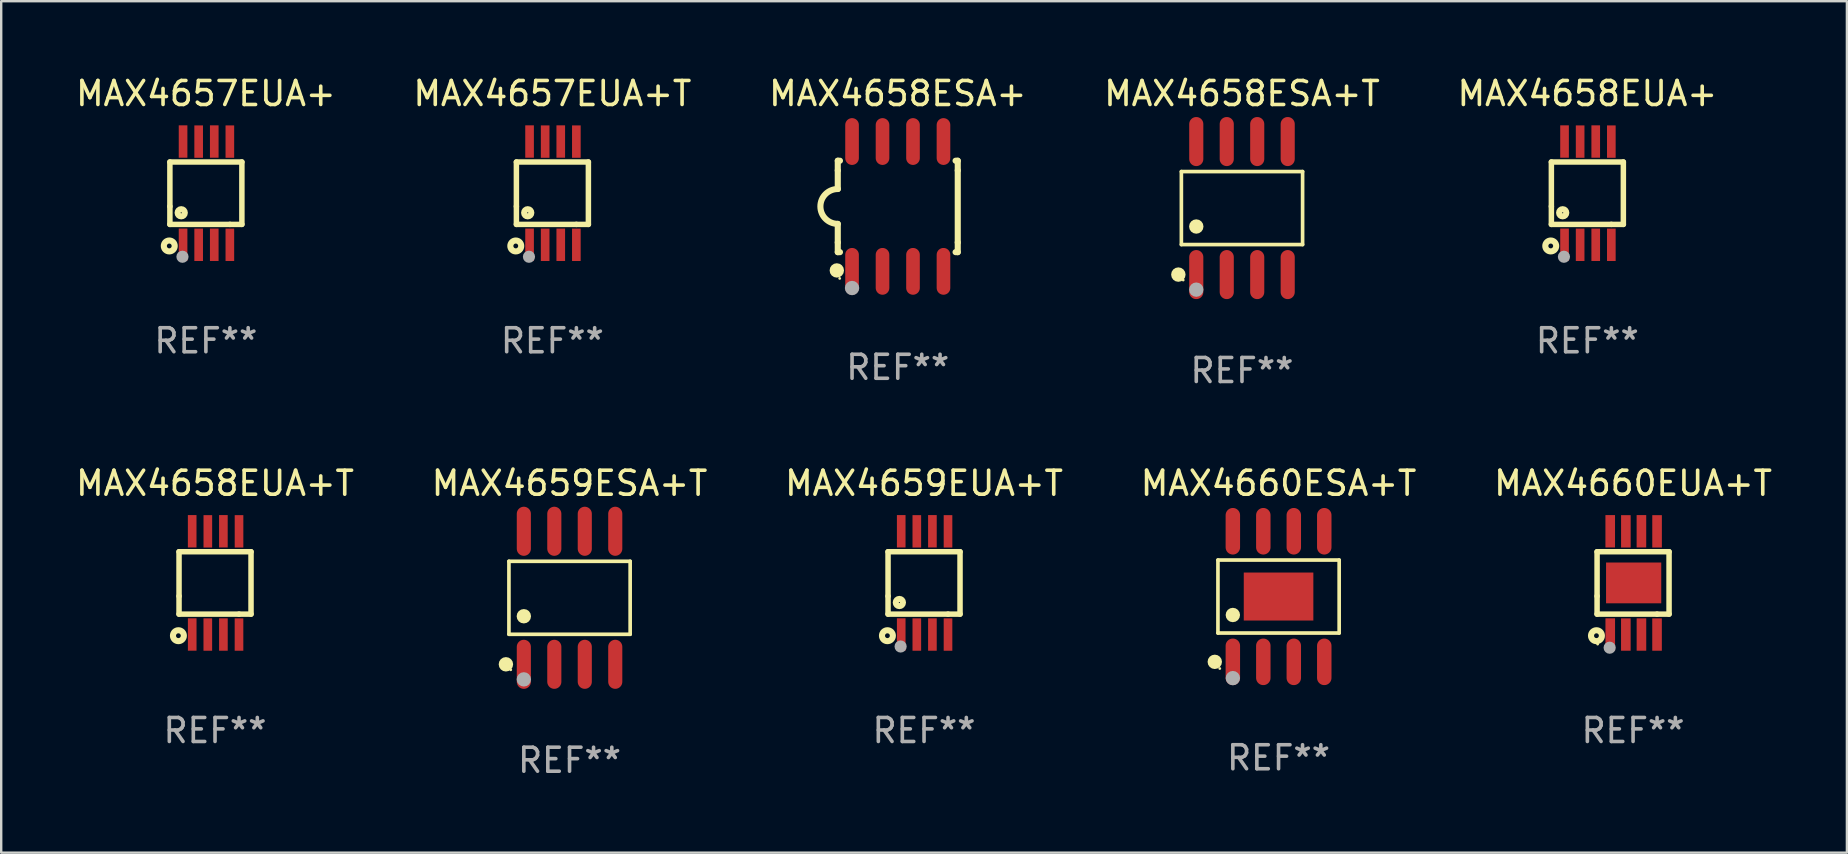
<source format=kicad_pcb>
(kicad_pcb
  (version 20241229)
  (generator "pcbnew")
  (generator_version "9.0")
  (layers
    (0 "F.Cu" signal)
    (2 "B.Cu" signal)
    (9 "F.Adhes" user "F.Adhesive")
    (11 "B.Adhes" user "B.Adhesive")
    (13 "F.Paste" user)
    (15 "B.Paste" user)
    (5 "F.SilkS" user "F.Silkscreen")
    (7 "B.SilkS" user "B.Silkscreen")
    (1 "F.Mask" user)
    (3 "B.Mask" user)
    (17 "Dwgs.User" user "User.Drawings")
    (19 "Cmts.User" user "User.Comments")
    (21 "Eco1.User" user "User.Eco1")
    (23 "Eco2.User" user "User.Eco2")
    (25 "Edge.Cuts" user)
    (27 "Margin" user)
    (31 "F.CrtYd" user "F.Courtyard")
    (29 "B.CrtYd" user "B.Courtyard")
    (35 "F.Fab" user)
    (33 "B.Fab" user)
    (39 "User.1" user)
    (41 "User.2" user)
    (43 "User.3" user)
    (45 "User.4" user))
  (footprint "MAX4658ESA+T"
    (layer "F.Cu")
    (at 48.708 5.621)
    (property "Reference" "MAX4658ESA+T" (at 0 -4.772 0) (layer "F.SilkS") (effects (font (size 1 1) (thickness 0.15))))
    (attr through_hole)
    (fp_line (start -2.526 -1.521) (end 2.526 -1.521) (stroke (width 0.152) (type solid)) (layer "F.SilkS"))
    (fp_line (start -2.526 1.521) (end -2.526 -1.521) (stroke (width 0.152) (type solid)) (layer "F.SilkS"))
    (fp_line (start 2.526 -1.521) (end 2.526 1.521) (stroke (width 0.152) (type solid)) (layer "F.SilkS"))
    (fp_line (start 2.526 1.521) (end -2.526 1.521) (stroke (width 0.152) (type solid)) (layer "F.SilkS"))
    (fp_circle (center -2.652 2.772) (end -2.501 2.772) (stroke (width 0.3) (type solid)) (fill no) (layer "F.SilkS"))
    (fp_circle (center -2.45 3) (end -2.42 3) (stroke (width 0.06) (type solid)) (fill no) (layer "F.SilkS"))
    (fp_circle (center -1.905 0.769) (end -1.755 0.769) (stroke (width 0.3) (type solid)) (fill no) (layer "F.SilkS"))
    (fp_circle (center -1.905 3.4) (end -1.755 3.4) (stroke (width 0.3) (type solid)) (fill no) (layer "F.Fab"))
    (fp_text user "REF**" (at 0 6.772 0) (layer "F.Fab") (effects (font (size 1 1) (thickness 0.15))))
    (pad "1" smd oval (at -1.905 2.772) (size 0.588 2.045) (layers "F.Cu" "F.Mask" "F.Paste"))
    (pad "2" smd oval (at -0.635 2.772) (size 0.588 2.045) (layers "F.Cu" "F.Mask" "F.Paste"))
    (pad "3" smd oval (at 0.635 2.772) (size 0.588 2.045) (layers "F.Cu" "F.Mask" "F.Paste"))
    (pad "4" smd oval (at 1.905 2.772) (size 0.588 2.045) (layers "F.Cu" "F.Mask" "F.Paste"))
    (pad "5" smd oval (at 1.905 -2.772) (size 0.588 2.045) (layers "F.Cu" "F.Mask" "F.Paste"))
    (pad "6" smd oval (at 0.635 -2.772) (size 0.588 2.045) (layers "F.Cu" "F.Mask" "F.Paste"))
    (pad "7" smd oval (at -0.635 -2.772) (size 0.588 2.045) (layers "F.Cu" "F.Mask" "F.Paste"))
    (pad "8" smd oval (at -1.905 -2.772) (size 0.588 2.045) (layers "F.Cu" "F.Mask" "F.Paste")))
  (footprint "MAX4657EUA+"
    (layer "F.Cu")
    (at 5.53 5)
    (property "Reference" "MAX4657EUA+" (at 0 -4.152 0) (layer "F.SilkS") (effects (font (size 1 1) (thickness 0.15))))
    (attr through_hole)
    (fp_line (start -1.5 1.301) (end 1 1.301) (stroke (width 0.229) (type solid)) (layer "F.SilkS"))
    (fp_line (start -1.5 -1.299) (end -1.5 0.551) (stroke (width 0.229) (type solid)) (layer "F.SilkS"))
    (fp_line (start -1.5 0.551) (end -1.5 1.301) (stroke (width 0.229) (type solid)) (layer "F.SilkS"))
    (fp_line (start 1 1.301) (end 1.5 1.301) (stroke (width 0.229) (type solid)) (layer "F.SilkS"))
    (fp_line (start 1.5 1.301) (end 1.5 -1.299) (stroke (width 0.229) (type solid)) (layer "F.SilkS"))
    (fp_line (start 1.5 -1.299) (end -1.5 -1.299) (stroke (width 0.229) (type solid)) (layer "F.SilkS"))
    (fp_circle (center -1.526 2.2) (end -1.426 2.2) (stroke (width 0.254) (type solid)) (fill no) (layer "F.SilkS"))
    (fp_circle (center -1.476 2.45) (end -1.446 2.45) (stroke (width 0.06) (type solid)) (fill no) (layer "F.SilkS"))
    (fp_circle (center -1.028 0.817) (end -0.878 0.817) (stroke (width 0.254) (type solid)) (fill no) (layer "F.SilkS"))
    (fp_circle (center -0.976 2.65) (end -0.849 2.65) (stroke (width 0.254) (type solid)) (fill no) (layer "F.Fab"))
    (fp_text user "REF**" (at 0 6.152 0) (layer "F.Fab") (effects (font (size 1 1) (thickness 0.15))))
    (pad "1" smd rect (at -0.951 2.15) (size 0.36 1.35) (layers "F.Cu" "F.Mask" "F.Paste"))
    (pad "2" smd rect (at -0.301 2.152) (size 0.36 1.35) (layers "F.Cu" "F.Mask" "F.Paste"))
    (pad "3" smd rect (at 0.349 2.151) (size 0.36 1.35) (layers "F.Cu" "F.Mask" "F.Paste"))
    (pad "4" smd rect (at 0.999 2.152) (size 0.36 1.35) (layers "F.Cu" "F.Mask" "F.Paste"))
    (pad "5" smd rect (at 0.999 -2.149) (size 0.36 1.35) (layers "F.Cu" "F.Mask" "F.Paste"))
    (pad "6" smd rect (at 0.349 -2.152) (size 0.36 1.35) (layers "F.Cu" "F.Mask" "F.Paste"))
    (pad "7" smd rect (at -0.301 -2.149) (size 0.36 1.35) (layers "F.Cu" "F.Mask" "F.Paste"))
    (pad "8" smd rect (at -0.951 -2.152) (size 0.36 1.35) (layers "F.Cu" "F.Mask" "F.Paste")))
  (footprint "MAX4660ESA+T"
    (layer "F.Cu")
    (at 50.232 21.81)
    (property "Reference" "MAX4660ESA+T" (at 0 -4.721 0) (layer "F.SilkS") (effects (font (size 1 1) (thickness 0.15))))
    (attr through_hole)
    (fp_line (start -2.526 -1.521) (end 2.526 -1.521) (stroke (width 0.152) (type solid)) (layer "F.SilkS"))
    (fp_line (start -2.526 1.521) (end -2.526 -1.521) (stroke (width 0.152) (type solid)) (layer "F.SilkS"))
    (fp_line (start 2.526 -1.521) (end 2.526 1.521) (stroke (width 0.152) (type solid)) (layer "F.SilkS"))
    (fp_line (start 2.526 1.521) (end -2.526 1.521) (stroke (width 0.152) (type solid)) (layer "F.SilkS"))
    (fp_circle (center -2.658 2.721) (end -2.508 2.721) (stroke (width 0.3) (type solid)) (fill no) (layer "F.SilkS"))
    (fp_circle (center -2.45 3) (end -2.42 3) (stroke (width 0.06) (type solid)) (fill no) (layer "F.SilkS"))
    (fp_circle (center -1.905 0.769) (end -1.755 0.769) (stroke (width 0.3) (type solid)) (fill no) (layer "F.SilkS"))
    (fp_circle (center -1.905 3.4) (end -1.755 3.4) (stroke (width 0.3) (type solid)) (fill no) (layer "F.Fab"))
    (fp_text user "REF**" (at 0 6.721 0) (layer "F.Fab") (effects (font (size 1 1) (thickness 0.15))))
    (pad "1" smd oval (at -1.905 2.721) (size 0.602 1.941) (layers "F.Cu" "F.Mask" "F.Paste"))
    (pad "2" smd oval (at -0.635 2.721) (size 0.602 1.941) (layers "F.Cu" "F.Mask" "F.Paste"))
    (pad "3" smd oval (at 0.635 2.721) (size 0.602 1.941) (layers "F.Cu" "F.Mask" "F.Paste"))
    (pad "4" smd oval (at 1.905 2.721) (size 0.602 1.941) (layers "F.Cu" "F.Mask" "F.Paste"))
    (pad "5" smd oval (at 1.905 -2.721) (size 0.602 1.941) (layers "F.Cu" "F.Mask" "F.Paste"))
    (pad "6" smd oval (at 0.635 -2.721) (size 0.602 1.941) (layers "F.Cu" "F.Mask" "F.Paste"))
    (pad "7" smd oval (at -0.635 -2.721) (size 0.602 1.941) (layers "F.Cu" "F.Mask" "F.Paste"))
    (pad "8" smd oval (at -1.905 -2.721) (size 0.602 1.941) (layers "F.Cu" "F.Mask" "F.Paste"))
    (pad "9" smd rect (at 0 0) (size 2.9 2) (layers "F.Cu" "F.Mask" "F.Paste")))
  (footprint "MAX4657EUA+T"
    (layer "F.Cu")
    (at 19.97 5)
    (property "Reference" "MAX4657EUA+T" (at 0 -4.152 0) (layer "F.SilkS") (effects (font (size 1 1) (thickness 0.15))))
    (attr through_hole)
    (fp_line (start -1.5 1.301) (end 1 1.301) (stroke (width 0.229) (type solid)) (layer "F.SilkS"))
    (fp_line (start -1.5 -1.299) (end -1.5 0.551) (stroke (width 0.229) (type solid)) (layer "F.SilkS"))
    (fp_line (start -1.5 0.551) (end -1.5 1.301) (stroke (width 0.229) (type solid)) (layer "F.SilkS"))
    (fp_line (start 1 1.301) (end 1.5 1.301) (stroke (width 0.229) (type solid)) (layer "F.SilkS"))
    (fp_line (start 1.5 1.301) (end 1.5 -1.299) (stroke (width 0.229) (type solid)) (layer "F.SilkS"))
    (fp_line (start 1.5 -1.299) (end -1.5 -1.299) (stroke (width 0.229) (type solid)) (layer "F.SilkS"))
    (fp_circle (center -1.526 2.2) (end -1.426 2.2) (stroke (width 0.254) (type solid)) (fill no) (layer "F.SilkS"))
    (fp_circle (center -1.476 2.45) (end -1.446 2.45) (stroke (width 0.06) (type solid)) (fill no) (layer "F.SilkS"))
    (fp_circle (center -1.028 0.817) (end -0.878 0.817) (stroke (width 0.254) (type solid)) (fill no) (layer "F.SilkS"))
    (fp_circle (center -0.976 2.65) (end -0.849 2.65) (stroke (width 0.254) (type solid)) (fill no) (layer "F.Fab"))
    (fp_text user "REF**" (at 0 6.152 0) (layer "F.Fab") (effects (font (size 1 1) (thickness 0.15))))
    (pad "1" smd rect (at -0.951 2.15) (size 0.36 1.35) (layers "F.Cu" "F.Mask" "F.Paste"))
    (pad "2" smd rect (at -0.301 2.152) (size 0.36 1.35) (layers "F.Cu" "F.Mask" "F.Paste"))
    (pad "3" smd rect (at 0.349 2.151) (size 0.36 1.35) (layers "F.Cu" "F.Mask" "F.Paste"))
    (pad "4" smd rect (at 0.999 2.152) (size 0.36 1.35) (layers "F.Cu" "F.Mask" "F.Paste"))
    (pad "5" smd rect (at 0.999 -2.149) (size 0.36 1.35) (layers "F.Cu" "F.Mask" "F.Paste"))
    (pad "6" smd rect (at 0.349 -2.152) (size 0.36 1.35) (layers "F.Cu" "F.Mask" "F.Paste"))
    (pad "7" smd rect (at -0.301 -2.149) (size 0.36 1.35) (layers "F.Cu" "F.Mask" "F.Paste"))
    (pad "8" smd rect (at -0.951 -2.152) (size 0.36 1.35) (layers "F.Cu" "F.Mask" "F.Paste")))
  (footprint "MAX4658EUA+T"
    (layer "F.Cu")
    (at 5.911 21.242)
    (property "Reference" "MAX4658EUA+T" (at 0 -4.152 0) (layer "F.SilkS") (effects (font (size 1 1) (thickness 0.15))))
    (attr through_hole)
    (fp_line (start -1.5 1.301) (end 1 1.301) (stroke (width 0.229) (type solid)) (layer "F.SilkS"))
    (fp_line (start -1.5 -1.299) (end -1.5 0.551) (stroke (width 0.229) (type solid)) (layer "F.SilkS"))
    (fp_line (start -1.5 0.551) (end -1.5 1.301) (stroke (width 0.229) (type solid)) (layer "F.SilkS"))
    (fp_line (start 1 1.301) (end 1.5 1.301) (stroke (width 0.229) (type solid)) (layer "F.SilkS"))
    (fp_line (start 1.5 1.301) (end 1.5 -1.299) (stroke (width 0.229) (type solid)) (layer "F.SilkS"))
    (fp_line (start 1.5 -1.299) (end -1.5 -1.299) (stroke (width 0.229) (type solid)) (layer "F.SilkS"))
    (fp_circle (center -1.526 2.2) (end -1.426 2.2) (stroke (width 0.254) (type solid)) (fill no) (layer "F.SilkS"))
    (fp_circle (center -1.476 2.45) (end -1.446 2.45) (stroke (width 0.06) (type solid)) (fill no) (layer "F.SilkS"))
    (fp_text user "REF**" (at 0 6.152 0) (layer "F.Fab") (effects (font (size 1 1) (thickness 0.15))))
    (pad "1" smd rect (at -0.951 2.15) (size 0.36 1.35) (layers "F.Cu" "F.Mask" "F.Paste"))
    (pad "2" smd rect (at -0.301 2.152) (size 0.36 1.35) (layers "F.Cu" "F.Mask" "F.Paste"))
    (pad "3" smd rect (at 0.349 2.151) (size 0.36 1.35) (layers "F.Cu" "F.Mask" "F.Paste"))
    (pad "4" smd rect (at 0.999 2.152) (size 0.36 1.35) (layers "F.Cu" "F.Mask" "F.Paste"))
    (pad "5" smd rect (at 1 -2.149) (size 0.36 1.35) (layers "F.Cu" "F.Mask" "F.Paste"))
    (pad "6" smd rect (at 0.348 -2.152) (size 0.36 1.35) (layers "F.Cu" "F.Mask" "F.Paste"))
    (pad "7" smd rect (at -0.3 -2.149) (size 0.36 1.35) (layers "F.Cu" "F.Mask" "F.Paste"))
    (pad "8" smd rect (at -0.952 -2.152) (size 0.36 1.35) (layers "F.Cu" "F.Mask" "F.Paste")))
  (footprint "MAX4658ESA+"
    (layer "F.Cu")
    (at 34.363 5.553)
    (property "Reference" "MAX4658ESA+" (at 0 -4.705 0) (layer "F.SilkS") (effects (font (size 1 1) (thickness 0.15))))
    (attr through_hole)
    (fp_line (start -2.5 -1.905) (end -2.409 -1.905) (stroke (width 0.254) (type solid)) (layer "F.SilkS"))
    (fp_line (start -2.5 -1.5) (end -2.5 -1.905) (stroke (width 0.254) (type solid)) (layer "F.SilkS"))
    (fp_line (start -2.5 -1.5) (end -2.5 -0.726) (stroke (width 0.254) (type solid)) (layer "F.SilkS"))
    (fp_line (start -2.5 1.5) (end -2.5 0.727) (stroke (width 0.254) (type solid)) (layer "F.SilkS"))
    (fp_line (start -2.5 1.5) (end -2.5 1.905) (stroke (width 0.254) (type solid)) (layer "F.SilkS"))
    (fp_line (start -2.5 1.905) (end -2.409 1.905) (stroke (width 0.254) (type solid)) (layer "F.SilkS"))
    (fp_line (start 2.5 -1.905) (end 2.409 -1.905) (stroke (width 0.254) (type solid)) (layer "F.SilkS"))
    (fp_line (start 2.5 -1.5) (end 2.5 -1.905) (stroke (width 0.254) (type solid)) (layer "F.SilkS"))
    (fp_line (start 2.5 -1.5) (end 2.5 1.5) (stroke (width 0.254) (type solid)) (layer "F.SilkS"))
    (fp_line (start 2.5 1.5) (end 2.5 1.905) (stroke (width 0.254) (type solid)) (layer "F.SilkS"))
    (fp_line (start 2.5 1.905) (end 2.409 1.905) (stroke (width 0.254) (type solid)) (layer "F.SilkS"))
    (fp_arc (start -2.5 0.726568) (mid -3.220316 -0.0023) (end -2.495097 -0.726289) (stroke (width 0.254001) (type solid)) (layer "F.SilkS"))
    (fp_circle (center -2.54 2.667) (end -2.39 2.667) (stroke (width 0.3) (type solid)) (fill no) (layer "F.SilkS"))
    (fp_circle (center -2.42 3) (end -2.39 3) (stroke (width 0.06) (type solid)) (fill no) (layer "F.SilkS"))
    (fp_circle (center -1.905 3.4) (end -1.755 3.4) (stroke (width 0.3) (type solid)) (fill no) (layer "F.Fab"))
    (fp_text user "REF**" (at 0 6.705 0) (layer "F.Fab") (effects (font (size 1 1) (thickness 0.15))))
    (pad "1" smd oval (at -1.905 2.705) (size 0.568 1.95) (layers "F.Cu" "F.Mask" "F.Paste"))
    (pad "2" smd oval (at -0.635 2.705) (size 0.568 1.95) (layers "F.Cu" "F.Mask" "F.Paste"))
    (pad "3" smd oval (at 0.635 2.705) (size 0.568 1.95) (layers "F.Cu" "F.Mask" "F.Paste"))
    (pad "4" smd oval (at 1.905 2.705) (size 0.568 1.95) (layers "F.Cu" "F.Mask" "F.Paste"))
    (pad "5" smd oval (at 1.905 -2.705) (size 0.568 1.95) (layers "F.Cu" "F.Mask" "F.Paste"))
    (pad "6" smd oval (at 0.635 -2.705) (size 0.568 1.95) (layers "F.Cu" "F.Mask" "F.Paste"))
    (pad "7" smd oval (at -0.635 -2.705) (size 0.568 1.95) (layers "F.Cu" "F.Mask" "F.Paste"))
    (pad "8" smd oval (at -1.905 -2.705) (size 0.568 1.95) (layers "F.Cu" "F.Mask" "F.Paste")))
  (footprint "MAX4660EUA+T"
    (layer "F.Cu")
    (at 65.006 21.242)
    (property "Reference" "MAX4660EUA+T" (at 0 -4.152 0) (layer "F.SilkS") (effects (font (size 1 1) (thickness 0.15))))
    (attr through_hole)
    (fp_line (start -1.5 1.301) (end 1 1.301) (stroke (width 0.229) (type solid)) (layer "F.SilkS"))
    (fp_line (start -1.5 -1.299) (end -1.5 0.551) (stroke (width 0.229) (type solid)) (layer "F.SilkS"))
    (fp_line (start -1.5 0.551) (end -1.5 1.301) (stroke (width 0.229) (type solid)) (layer "F.SilkS"))
    (fp_line (start 1 1.301) (end 1.5 1.301) (stroke (width 0.229) (type solid)) (layer "F.SilkS"))
    (fp_line (start 1.5 1.301) (end 1.5 -1.299) (stroke (width 0.229) (type solid)) (layer "F.SilkS"))
    (fp_line (start 1.5 -1.299) (end -1.5 -1.299) (stroke (width 0.229) (type solid)) (layer "F.SilkS"))
    (fp_circle (center -1.526 2.2) (end -1.426 2.2) (stroke (width 0.254) (type solid)) (fill no) (layer "F.SilkS"))
    (fp_circle (center -1.476 2.55) (end -1.446 2.55) (stroke (width 0.06) (type solid)) (fill no) (layer "F.SilkS"))
    (fp_circle (center -0.976 2.7) (end -0.849 2.7) (stroke (width 0.254) (type solid)) (fill no) (layer "F.Fab"))
    (fp_text user "REF**" (at 0 6.152 0) (layer "F.Fab") (effects (font (size 1 1) (thickness 0.15))))
    (pad "1" smd rect (at -0.951 2.15) (size 0.4 1.349) (layers "F.Cu" "F.Mask" "F.Paste"))
    (pad "2" smd rect (at -0.301 2.152) (size 0.4 1.349) (layers "F.Cu" "F.Mask" "F.Paste"))
    (pad "3" smd rect (at 0.349 2.151) (size 0.4 1.349) (layers "F.Cu" "F.Mask" "F.Paste"))
    (pad "4" smd rect (at 0.999 2.152) (size 0.4 1.349) (layers "F.Cu" "F.Mask" "F.Paste"))
    (pad "5" smd rect (at 1 -2.149) (size 0.4 1.349) (layers "F.Cu" "F.Mask" "F.Paste"))
    (pad "6" smd rect (at 0.348 -2.152) (size 0.4 1.349) (layers "F.Cu" "F.Mask" "F.Paste"))
    (pad "7" smd rect (at -0.3 -2.149) (size 0.4 1.349) (layers "F.Cu" "F.Mask" "F.Paste"))
    (pad "8" smd rect (at -0.952 -2.152) (size 0.4 1.349) (layers "F.Cu" "F.Mask" "F.Paste"))
    (pad "9" smd rect (at 0.024 0 90) (size 1.7 2.3) (layers "F.Cu" "F.Mask" "F.Paste")))
  (footprint "MAX4659EUA+T"
    (layer "F.Cu")
    (at 35.458 21.242)
    (property "Reference" "MAX4659EUA+T" (at 0 -4.152 0) (layer "F.SilkS") (effects (font (size 1 1) (thickness 0.15))))
    (attr through_hole)
    (fp_line (start -1.5 1.301) (end 1 1.301) (stroke (width 0.229) (type solid)) (layer "F.SilkS"))
    (fp_line (start -1.5 -1.299) (end -1.5 0.551) (stroke (width 0.229) (type solid)) (layer "F.SilkS"))
    (fp_line (start -1.5 0.551) (end -1.5 1.301) (stroke (width 0.229) (type solid)) (layer "F.SilkS"))
    (fp_line (start 1 1.301) (end 1.5 1.301) (stroke (width 0.229) (type solid)) (layer "F.SilkS"))
    (fp_line (start 1.5 1.301) (end 1.5 -1.299) (stroke (width 0.229) (type solid)) (layer "F.SilkS"))
    (fp_line (start 1.5 -1.299) (end -1.5 -1.299) (stroke (width 0.229) (type solid)) (layer "F.SilkS"))
    (fp_circle (center -1.526 2.2) (end -1.426 2.2) (stroke (width 0.254) (type solid)) (fill no) (layer "F.SilkS"))
    (fp_circle (center -1.476 2.45) (end -1.446 2.45) (stroke (width 0.06) (type solid)) (fill no) (layer "F.SilkS"))
    (fp_circle (center -1.028 0.817) (end -0.878 0.817) (stroke (width 0.254) (type solid)) (fill no) (layer "F.SilkS"))
    (fp_circle (center -0.976 2.65) (end -0.849 2.65) (stroke (width 0.254) (type solid)) (fill no) (layer "F.Fab"))
    (fp_text user "REF**" (at 0 6.152 0) (layer "F.Fab") (effects (font (size 1 1) (thickness 0.15))))
    (pad "1" smd rect (at -0.951 2.15) (size 0.36 1.35) (layers "F.Cu" "F.Mask" "F.Paste"))
    (pad "2" smd rect (at -0.301 2.152) (size 0.36 1.35) (layers "F.Cu" "F.Mask" "F.Paste"))
    (pad "3" smd rect (at 0.349 2.151) (size 0.36 1.35) (layers "F.Cu" "F.Mask" "F.Paste"))
    (pad "4" smd rect (at 0.999 2.152) (size 0.36 1.35) (layers "F.Cu" "F.Mask" "F.Paste"))
    (pad "5" smd rect (at 0.999 -2.149) (size 0.36 1.35) (layers "F.Cu" "F.Mask" "F.Paste"))
    (pad "6" smd rect (at 0.349 -2.152) (size 0.36 1.35) (layers "F.Cu" "F.Mask" "F.Paste"))
    (pad "7" smd rect (at -0.301 -2.149) (size 0.36 1.35) (layers "F.Cu" "F.Mask" "F.Paste"))
    (pad "8" smd rect (at -0.951 -2.152) (size 0.36 1.35) (layers "F.Cu" "F.Mask" "F.Paste")))
  (footprint "MAX4659ESA+T"
    (layer "F.Cu")
    (at 20.685 21.862)
    (property "Reference" "MAX4659ESA+T" (at 0 -4.772 0) (layer "F.SilkS") (effects (font (size 1 1) (thickness 0.15))))
    (attr through_hole)
    (fp_line (start -2.526 -1.521) (end 2.526 -1.521) (stroke (width 0.152) (type solid)) (layer "F.SilkS"))
    (fp_line (start -2.526 1.521) (end -2.526 -1.521) (stroke (width 0.152) (type solid)) (layer "F.SilkS"))
    (fp_line (start 2.526 -1.521) (end 2.526 1.521) (stroke (width 0.152) (type solid)) (layer "F.SilkS"))
    (fp_line (start 2.526 1.521) (end -2.526 1.521) (stroke (width 0.152) (type solid)) (layer "F.SilkS"))
    (fp_circle (center -2.652 2.772) (end -2.501 2.772) (stroke (width 0.3) (type solid)) (fill no) (layer "F.SilkS"))
    (fp_circle (center -2.45 3) (end -2.42 3) (stroke (width 0.06) (type solid)) (fill no) (layer "F.SilkS"))
    (fp_circle (center -1.905 0.769) (end -1.755 0.769) (stroke (width 0.3) (type solid)) (fill no) (layer "F.SilkS"))
    (fp_circle (center -1.905 3.4) (end -1.755 3.4) (stroke (width 0.3) (type solid)) (fill no) (layer "F.Fab"))
    (fp_text user "REF**" (at 0 6.772 0) (layer "F.Fab") (effects (font (size 1 1) (thickness 0.15))))
    (pad "1" smd oval (at -1.905 2.772) (size 0.588 2.045) (layers "F.Cu" "F.Mask" "F.Paste"))
    (pad "2" smd oval (at -0.635 2.772) (size 0.588 2.045) (layers "F.Cu" "F.Mask" "F.Paste"))
    (pad "3" smd oval (at 0.635 2.772) (size 0.588 2.045) (layers "F.Cu" "F.Mask" "F.Paste"))
    (pad "4" smd oval (at 1.905 2.772) (size 0.588 2.045) (layers "F.Cu" "F.Mask" "F.Paste"))
    (pad "5" smd oval (at 1.905 -2.772) (size 0.588 2.045) (layers "F.Cu" "F.Mask" "F.Paste"))
    (pad "6" smd oval (at 0.635 -2.772) (size 0.588 2.045) (layers "F.Cu" "F.Mask" "F.Paste"))
    (pad "7" smd oval (at -0.635 -2.772) (size 0.588 2.045) (layers "F.Cu" "F.Mask" "F.Paste"))
    (pad "8" smd oval (at -1.905 -2.772) (size 0.588 2.045) (layers "F.Cu" "F.Mask" "F.Paste")))
  (footprint "MAX4658EUA+"
    (layer "F.Cu")
    (at 63.101 5)
    (property "Reference" "MAX4658EUA+" (at 0 -4.152 0) (layer "F.SilkS") (effects (font (size 1 1) (thickness 0.15))))
    (attr through_hole)
    (fp_line (start -1.5 1.301) (end 1 1.301) (stroke (width 0.229) (type solid)) (layer "F.SilkS"))
    (fp_line (start -1.5 -1.299) (end -1.5 0.551) (stroke (width 0.229) (type solid)) (layer "F.SilkS"))
    (fp_line (start -1.5 0.551) (end -1.5 1.301) (stroke (width 0.229) (type solid)) (layer "F.SilkS"))
    (fp_line (start 1 1.301) (end 1.5 1.301) (stroke (width 0.229) (type solid)) (layer "F.SilkS"))
    (fp_line (start 1.5 1.301) (end 1.5 -1.299) (stroke (width 0.229) (type solid)) (layer "F.SilkS"))
    (fp_line (start 1.5 -1.299) (end -1.5 -1.299) (stroke (width 0.229) (type solid)) (layer "F.SilkS"))
    (fp_circle (center -1.526 2.2) (end -1.426 2.2) (stroke (width 0.254) (type solid)) (fill no) (layer "F.SilkS"))
    (fp_circle (center -1.476 2.45) (end -1.446 2.45) (stroke (width 0.06) (type solid)) (fill no) (layer "F.SilkS"))
    (fp_circle (center -1.028 0.817) (end -0.878 0.817) (stroke (width 0.254) (type solid)) (fill no) (layer "F.SilkS"))
    (fp_circle (center -0.976 2.65) (end -0.849 2.65) (stroke (width 0.254) (type solid)) (fill no) (layer "F.Fab"))
    (fp_text user "REF**" (at 0 6.152 0) (layer "F.Fab") (effects (font (size 1 1) (thickness 0.15))))
    (pad "1" smd rect (at -0.951 2.15) (size 0.36 1.35) (layers "F.Cu" "F.Mask" "F.Paste"))
    (pad "2" smd rect (at -0.301 2.152) (size 0.36 1.35) (layers "F.Cu" "F.Mask" "F.Paste"))
    (pad "3" smd rect (at 0.349 2.151) (size 0.36 1.35) (layers "F.Cu" "F.Mask" "F.Paste"))
    (pad "4" smd rect (at 0.999 2.152) (size 0.36 1.35) (layers "F.Cu" "F.Mask" "F.Paste"))
    (pad "5" smd rect (at 0.999 -2.149) (size 0.36 1.35) (layers "F.Cu" "F.Mask" "F.Paste"))
    (pad "6" smd rect (at 0.349 -2.152) (size 0.36 1.35) (layers "F.Cu" "F.Mask" "F.Paste"))
    (pad "7" smd rect (at -0.301 -2.149) (size 0.36 1.35) (layers "F.Cu" "F.Mask" "F.Paste"))
    (pad "8" smd rect (at -0.951 -2.152) (size 0.36 1.35) (layers "F.Cu" "F.Mask" "F.Paste")))
  (gr_rect
    (start -3 -3)
    (end 73.917 32.483)
    (stroke (width 0.1) (type default))
    (fill no)
    (layer "Edge.Cuts")))
</source>
